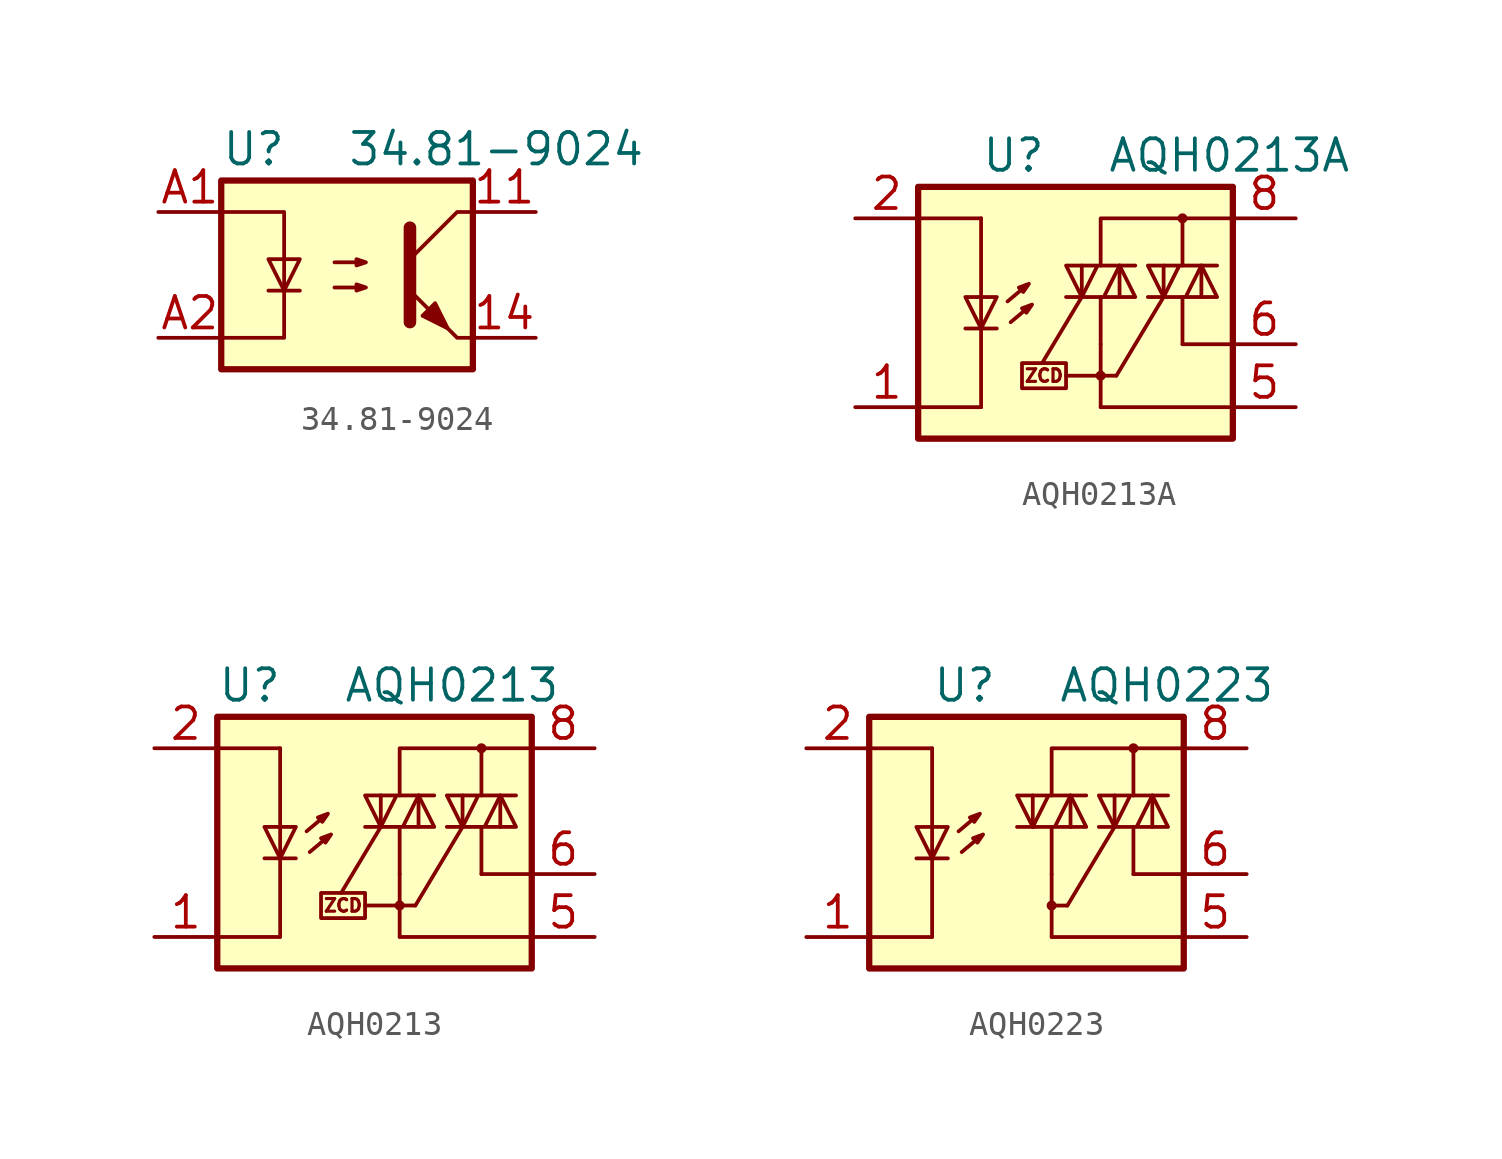
<source format=kicad_sym>
(kicad_symbol_lib
  (version 20241209)
  (generator "kicad_symbol_editor")
  (generator_version "9.0")
  (symbol "34.81-9024"
    (property "Reference" "U"
      (at -5.08 5.08 0)
      (effects (font (size 1.27 1.27)) (justify left)))
    (property "Value" "34.81-9024"
      (at 0 5.08 0)
      (effects (font (size 1.27 1.27)) (justify left)))
    (symbol "34.81-9024_0_1"
      (rectangle (start -5.08 3.81) (end 5.08 -3.81) (stroke (width 0.254) (type default)) (fill (type background)))
      (polyline (pts (xy -5.08 2.54) (xy -2.54 2.54) (xy -2.54 -2.54) (xy -5.08 -2.54)) (stroke (width 0) (type default)) (fill (type none)))
      (polyline (pts (xy -3.175 -0.635) (xy -1.905 -0.635)) (stroke (width 0) (type default)) (fill (type none)))
      (polyline (pts (xy -2.54 -0.635) (xy -3.175 0.635) (xy -1.905 0.635) (xy -2.54 -0.635)) (stroke (width 0) (type default)) (fill (type none)))
      (polyline (pts (xy -0.508 0.508) (xy 0.762 0.508) (xy 0.381 0.381) (xy 0.381 0.635) (xy 0.762 0.508)) (stroke (width 0) (type default)) (fill (type none)))
      (polyline (pts (xy -0.508 -0.508) (xy 0.762 -0.508) (xy 0.381 -0.635) (xy 0.381 -0.381) (xy 0.762 -0.508)) (stroke (width 0) (type default)) (fill (type none)))
      (polyline (pts (xy 2.54 1.905) (xy 2.54 -1.905) (xy 2.54 -1.905)) (stroke (width 0.508) (type default)) (fill (type none)))
      (polyline (pts (xy 3.048 -1.651) (xy 3.556 -1.143) (xy 4.064 -2.159) (xy 3.048 -1.651) (xy 3.048 -1.651)) (stroke (width 0) (type default)) (fill (type outline)))
      (polyline (pts (xy 5.08 2.54) (xy 4.445 2.54) (xy 2.54 0.635) (xy 2.54 -0.635) (xy 4.445 -2.54) (xy 5.08 -2.54)) (stroke (width 0) (type default)) (fill (type none))))
    (symbol "34.81-9024_1_1"
      (pin passive line (at -7.62 2.54 0) (length 2.54) (name "~" (effects (font (size 1.27 1.27)))) (number "A1" (effects (font (size 1.27 1.27)))))
      (pin passive line (at -7.62 -2.54 0) (length 2.54) (name "~" (effects (font (size 1.27 1.27)))) (number "A2" (effects (font (size 1.27 1.27)))))
      (pin passive line (at 7.62 2.54 180) (length 2.54) (name "~" (effects (font (size 1.27 1.27)))) (number "11" (effects (font (size 1.27 1.27)))))
      (pin passive line (at 7.62 -2.54 180) (length 2.54) (name "~" (effects (font (size 1.27 1.27)))) (number "14" (effects (font (size 1.27 1.27)))))))
  (symbol "AQH0213A"
    (property "Reference" "U"
      (at -5.08 5.08 0)
      (effects (font (size 1.27 1.27)) (justify left)))
    (property "Value" "AQH0213A"
      (at 0 5.08 0)
      (effects (font (size 1.27 1.27)) (justify left)))
    (symbol "AQH0213A_0_1"
      (polyline (pts (xy 3.048 -0.635) (xy 3.048 -2.54)) (stroke (width 0) (type default)) (fill (type none)))
      (polyline (pts (xy 3.048 -2.54) (xy 5.08 -2.54)) (stroke (width 0) (type default)) (fill (type none))))
    (symbol "AQH0213A_1_1"
      (rectangle (start -7.62 3.81) (end 5.08 -6.35) (stroke (width 0.254) (type default)) (fill (type background)))
      (polyline (pts (xy -5.715 -1.905) (xy -4.445 -1.905)) (stroke (width 0) (type default)) (fill (type none)))
      (polyline (pts (xy -5.08 2.54) (xy -7.493 2.54)) (stroke (width 0) (type default)) (fill (type none)))
      (polyline (pts (xy -5.08 -0.635) (xy -5.08 2.54)) (stroke (width 0) (type default)) (fill (type none)))
      (polyline (pts (xy -5.08 -0.635) (xy -5.08 -1.905)) (stroke (width 0) (type default)) (fill (type none)))
      (polyline (pts (xy -5.08 -1.905) (xy -5.08 -5.08)) (stroke (width 0) (type default)) (fill (type none)))
      (polyline (pts (xy -5.08 -1.905) (xy -5.715 -0.635) (xy -4.445 -0.635) (xy -5.08 -1.905)) (stroke (width 0) (type default)) (fill (type none)))
      (polyline (pts (xy -5.08 -5.08) (xy -7.62 -5.08)) (stroke (width 0) (type default)) (fill (type none)))
      (polyline (pts (xy -3.556 -0.254) (xy -3.378 -0.432) (xy -3.15 -0.102) (xy -3.556 -0.254)) (stroke (width 0) (type default)) (fill (type none)))
      (polyline (pts (xy -3.429 -1.092) (xy -3.251 -1.27) (xy -3.023 -0.94) (xy -3.429 -1.092)) (stroke (width 0) (type default)) (fill (type none)))
      (rectangle (start -3.429 -3.302) (end -1.651 -4.318) (stroke (width 0) (type default)) (fill (type none)))
      (polyline (pts (xy -3.378 -0.279) (xy -4.013 -0.813)) (stroke (width 0) (type default)) (fill (type none)))
      (polyline (pts (xy -3.251 -1.118) (xy -3.886 -1.651)) (stroke (width 0) (type default)) (fill (type none)))
      (polyline (pts (xy -1.651 -0.635) (xy 1.143 -0.635) (xy 0.508 0.635) (xy -0.127 -0.635)) (stroke (width 0) (type default)) (fill (type none)))
      (polyline (pts (xy -1.651 -3.81) (xy -0.254 -3.81)) (stroke (width 0) (type default)) (fill (type none)))
      (polyline (pts (xy -1.016 -0.635) (xy -2.616 -3.302)) (stroke (width 0) (type default)) (fill (type none)))
      (polyline (pts (xy -1.016 -0.635) (xy -1.016 0.635)) (stroke (width 0) (type default)) (fill (type none)))
      (polyline (pts (xy -0.254 -2.54) (xy -0.254 -0.635)) (stroke (width 0) (type default)) (fill (type none)))
      (polyline (pts (xy -0.254 -2.54) (xy -0.254 -5.08)) (stroke (width 0) (type default)) (fill (type none)))
      (circle (center -0.254 -3.81) (radius 0.127) (stroke (width 0) (type default)) (fill (type none)))
      (polyline (pts (xy -0.254 -3.81) (xy 0.381 -3.81)) (stroke (width 0) (type default)) (fill (type none)))
      (polyline (pts (xy 0.381 -3.81) (xy 2.286 -0.635)) (stroke (width 0) (type default)) (fill (type none)))
      (polyline (pts (xy 0.508 0.635) (xy 0.508 -0.635)) (stroke (width 0) (type default)) (fill (type none)))
      (polyline (pts (xy 1.143 0.635) (xy -1.651 0.635) (xy -1.016 -0.635) (xy -0.381 0.635)) (stroke (width 0) (type default)) (fill (type none)))
      (polyline (pts (xy 1.651 -0.635) (xy 4.445 -0.635) (xy 3.81 0.635) (xy 3.175 -0.635)) (stroke (width 0) (type default)) (fill (type none)))
      (polyline (pts (xy 2.286 -0.635) (xy 2.286 0.635)) (stroke (width 0) (type default)) (fill (type none)))
      (polyline (pts (xy 3.048 2.54) (xy 3.048 0.635)) (stroke (width 0) (type default)) (fill (type none)))
      (polyline (pts (xy 3.048 2.54) (xy -0.254 2.54) (xy -0.254 0.635)) (stroke (width 0) (type default)) (fill (type none)))
      (circle (center 3.048 2.54) (radius 0.127) (stroke (width 0) (type default)) (fill (type none)))
      (polyline (pts (xy 3.81 0.635) (xy 3.81 -0.635)) (stroke (width 0) (type default)) (fill (type none)))
      (polyline (pts (xy 4.445 0.635) (xy 1.651 0.635) (xy 2.286 -0.635) (xy 2.921 0.635)) (stroke (width 0) (type default)) (fill (type none)))
      (polyline (pts (xy 5.08 2.54) (xy 3.048 2.54)) (stroke (width 0) (type default)) (fill (type none)))
      (polyline (pts (xy 5.08 -5.08) (xy -0.254 -5.08)) (stroke (width 0) (type default)) (fill (type none)))
      (text "ZCD" (at -2.54 -3.81 0) (effects (font (size 0.508 0.508))))
      (pin passive line (at -10.16 2.54 0) (length 2.54) (name "~" (effects (font (size 1.27 1.27)))) (number "2" (effects (font (size 1.27 1.27)))))
      (pin passive line (at -10.16 -5.08 0) (length 2.54) (name "~" (effects (font (size 1.27 1.27)))) (number "1" (effects (font (size 1.27 1.27)))))
      (pin passive line (at -10.16 -5.08 0) (length 2.54) (hide yes) (name "~" (effects (font (size 1.27 1.27)))) (number "3" (effects (font (size 1.27 1.27)))))
      (pin passive line (at -10.16 -5.08 0) (length 2.54) (hide yes) (name "~" (effects (font (size 1.27 1.27)))) (number "4" (effects (font (size 1.27 1.27)))))
      (pin passive line (at 7.62 2.54 180) (length 2.54) (name "~" (effects (font (size 1.27 1.27)))) (number "8" (effects (font (size 1.27 1.27)))))
      (pin passive line (at 7.62 -2.54 180) (length 2.54) (name "~" (effects (font (size 1.27 1.27)))) (number "6" (effects (font (size 1.27 1.27)))))
      (pin passive line (at 7.62 -5.08 180) (length 2.54) (name "~" (effects (font (size 1.27 1.27)))) (number "5" (effects (font (size 1.27 1.27)))))))
  (symbol "AQH0213"
    (property "Reference" "U"
      (at -7.62 5.08 0)
      (effects (font (size 1.27 1.27)) (justify left)))
    (property "Value" "AQH0213"
      (at -2.54 5.08 0)
      (effects (font (size 1.27 1.27)) (justify left)))
    (symbol "AQH0213_0_0"
      (rectangle (start -3.429 -3.302) (end -1.651 -4.318) (stroke (width 0) (type default)) (fill (type none)))
      (text "ZCD" (at -2.54 -3.81 0) (effects (font (size 0.508 0.508)))))
    (symbol "AQH0213_0_1"
      (rectangle (start -7.62 3.81) (end 5.08 -6.35) (stroke (width 0.254) (type default)) (fill (type background)))
      (polyline (pts (xy -5.715 -1.905) (xy -4.445 -1.905)) (stroke (width 0) (type default)) (fill (type none)))
      (polyline (pts (xy -5.08 2.54) (xy -7.493 2.54)) (stroke (width 0) (type default)) (fill (type none)))
      (polyline (pts (xy -5.08 -0.635) (xy -5.08 2.54)) (stroke (width 0) (type default)) (fill (type none)))
      (polyline (pts (xy -5.08 -0.635) (xy -5.08 -1.905)) (stroke (width 0) (type default)) (fill (type none)))
      (polyline (pts (xy -5.08 -1.905) (xy -5.08 -5.08)) (stroke (width 0) (type default)) (fill (type none)))
      (polyline (pts (xy -5.08 -1.905) (xy -5.715 -0.635) (xy -4.445 -0.635) (xy -5.08 -1.905)) (stroke (width 0) (type default)) (fill (type none)))
      (polyline (pts (xy -5.08 -5.08) (xy -7.62 -5.08)) (stroke (width 0) (type default)) (fill (type none)))
      (polyline (pts (xy -3.429 -1.092) (xy -3.251 -1.27) (xy -3.023 -0.94) (xy -3.429 -1.092)) (stroke (width 0) (type default)) (fill (type none)))
      (polyline (pts (xy -3.251 -1.118) (xy -3.886 -1.651)) (stroke (width 0) (type default)) (fill (type none)))
      (polyline (pts (xy -1.651 -0.635) (xy 1.143 -0.635) (xy 0.508 0.635) (xy -0.127 -0.635)) (stroke (width 0) (type default)) (fill (type none)))
      (polyline (pts (xy -1.651 -3.81) (xy -0.254 -3.81)) (stroke (width 0) (type default)) (fill (type none)))
      (polyline (pts (xy -1.016 -0.635) (xy -2.616 -3.302)) (stroke (width 0) (type default)) (fill (type none)))
      (polyline (pts (xy -1.016 -0.635) (xy -1.016 0.635)) (stroke (width 0) (type default)) (fill (type none)))
      (polyline (pts (xy -0.254 -2.54) (xy -0.254 -0.635)) (stroke (width 0) (type default)) (fill (type none)))
      (polyline (pts (xy -0.254 -2.54) (xy -0.254 -5.08)) (stroke (width 0) (type default)) (fill (type none)))
      (polyline (pts (xy -0.254 -3.81) (xy 0.381 -3.81)) (stroke (width 0) (type default)) (fill (type none)))
      (polyline (pts (xy 0.381 -3.81) (xy 2.286 -0.635)) (stroke (width 0) (type default)) (fill (type none)))
      (polyline (pts (xy 0.508 0.635) (xy 0.508 -0.635)) (stroke (width 0) (type default)) (fill (type none)))
      (polyline (pts (xy 1.143 0.635) (xy -1.651 0.635) (xy -1.016 -0.635) (xy -0.381 0.635)) (stroke (width 0) (type default)) (fill (type none)))
      (polyline (pts (xy 3.048 2.54) (xy 3.048 0.635)) (stroke (width 0) (type default)) (fill (type none)))
      (polyline (pts (xy 3.048 2.54) (xy -0.254 2.54) (xy -0.254 0.635)) (stroke (width 0) (type default)) (fill (type none)))
      (polyline (pts (xy 3.048 -0.635) (xy 3.048 -2.54)) (stroke (width 0) (type default)) (fill (type none)))
      (polyline (pts (xy 3.048 -2.54) (xy 5.08 -2.54)) (stroke (width 0) (type default)) (fill (type none)))
      (polyline (pts (xy 5.08 2.54) (xy 3.048 2.54)) (stroke (width 0) (type default)) (fill (type none)))
      (polyline (pts (xy 5.08 -5.08) (xy -0.254 -5.08)) (stroke (width 0) (type default)) (fill (type none))))
    (symbol "AQH0213_1_1"
      (polyline (pts (xy -3.556 -0.254) (xy -3.378 -0.432) (xy -3.15 -0.102) (xy -3.556 -0.254)) (stroke (width 0) (type default)) (fill (type none)))
      (polyline (pts (xy -3.378 -0.279) (xy -4.013 -0.813)) (stroke (width 0) (type default)) (fill (type none)))
      (circle (center -0.254 -3.81) (radius 0.127) (stroke (width 0) (type default)) (fill (type none)))
      (polyline (pts (xy 1.651 -0.635) (xy 4.445 -0.635) (xy 3.81 0.635) (xy 3.175 -0.635)) (stroke (width 0) (type default)) (fill (type none)))
      (polyline (pts (xy 2.286 -0.635) (xy 2.286 0.635)) (stroke (width 0) (type default)) (fill (type none)))
      (circle (center 3.048 2.54) (radius 0.127) (stroke (width 0) (type default)) (fill (type none)))
      (polyline (pts (xy 3.81 0.635) (xy 3.81 -0.635)) (stroke (width 0) (type default)) (fill (type none)))
      (polyline (pts (xy 4.445 0.635) (xy 1.651 0.635) (xy 2.286 -0.635) (xy 2.921 0.635)) (stroke (width 0) (type default)) (fill (type none)))
      (pin passive line (at -10.16 2.54 0) (length 2.54) (name "~" (effects (font (size 1.27 1.27)))) (number "2" (effects (font (size 1.27 1.27)))))
      (pin passive line (at -10.16 -5.08 0) (length 2.54) (name "~" (effects (font (size 1.27 1.27)))) (number "1" (effects (font (size 1.27 1.27)))))
      (pin passive line (at -10.16 -5.08 0) (length 2.54) (hide yes) (name "~" (effects (font (size 1.27 1.27)))) (number "3" (effects (font (size 1.27 1.27)))))
      (pin passive line (at -10.16 -5.08 0) (length 2.54) (hide yes) (name "~" (effects (font (size 1.27 1.27)))) (number "4" (effects (font (size 1.27 1.27)))))
      (pin passive line (at 7.62 2.54 180) (length 2.54) (name "~" (effects (font (size 1.27 1.27)))) (number "8" (effects (font (size 1.27 1.27)))))
      (pin passive line (at 7.62 -2.54 180) (length 2.54) (name "~" (effects (font (size 1.27 1.27)))) (number "6" (effects (font (size 1.27 1.27)))))
      (pin passive line (at 7.62 -5.08 180) (length 2.54) (name "~" (effects (font (size 1.27 1.27)))) (number "5" (effects (font (size 1.27 1.27)))))))
  (symbol "AQH0223"
    (property "Reference" "U"
      (at -5.08 5.08 0)
      (effects (font (size 1.27 1.27)) (justify left)))
    (property "Value" "AQH0223"
      (at 0 5.08 0)
      (effects (font (size 1.27 1.27)) (justify left)))
    (symbol "AQH0223_0_1"
      (polyline (pts (xy 3.048 -0.635) (xy 3.048 -2.54)) (stroke (width 0) (type default)) (fill (type none)))
      (polyline (pts (xy 3.048 -2.54) (xy 5.08 -2.54)) (stroke (width 0) (type default)) (fill (type none))))
    (symbol "AQH0223_1_1"
      (rectangle (start -7.62 3.81) (end 5.08 -6.35) (stroke (width 0.254) (type default)) (fill (type background)))
      (polyline (pts (xy -5.715 -1.905) (xy -4.445 -1.905)) (stroke (width 0) (type default)) (fill (type none)))
      (polyline (pts (xy -5.08 2.54) (xy -7.493 2.54)) (stroke (width 0) (type default)) (fill (type none)))
      (polyline (pts (xy -5.08 -0.635) (xy -5.08 2.54)) (stroke (width 0) (type default)) (fill (type none)))
      (polyline (pts (xy -5.08 -0.635) (xy -5.08 -1.905)) (stroke (width 0) (type default)) (fill (type none)))
      (polyline (pts (xy -5.08 -1.905) (xy -5.08 -5.08)) (stroke (width 0) (type default)) (fill (type none)))
      (polyline (pts (xy -5.08 -1.905) (xy -5.715 -0.635) (xy -4.445 -0.635) (xy -5.08 -1.905)) (stroke (width 0) (type default)) (fill (type none)))
      (polyline (pts (xy -5.08 -5.08) (xy -7.62 -5.08)) (stroke (width 0) (type default)) (fill (type none)))
      (polyline (pts (xy -3.556 -0.254) (xy -3.378 -0.432) (xy -3.15 -0.102) (xy -3.556 -0.254)) (stroke (width 0) (type default)) (fill (type none)))
      (polyline (pts (xy -3.429 -1.092) (xy -3.251 -1.27) (xy -3.023 -0.94) (xy -3.429 -1.092)) (stroke (width 0) (type default)) (fill (type none)))
      (polyline (pts (xy -3.378 -0.279) (xy -4.013 -0.813)) (stroke (width 0) (type default)) (fill (type none)))
      (polyline (pts (xy -3.251 -1.118) (xy -3.886 -1.651)) (stroke (width 0) (type default)) (fill (type none)))
      (polyline (pts (xy -1.651 -0.635) (xy 1.143 -0.635) (xy 0.508 0.635) (xy -0.127 -0.635)) (stroke (width 0) (type default)) (fill (type none)))
      (polyline (pts (xy -1.016 -0.635) (xy -1.016 0.635)) (stroke (width 0) (type default)) (fill (type none)))
      (polyline (pts (xy -0.254 -2.54) (xy -0.254 -0.635)) (stroke (width 0) (type default)) (fill (type none)))
      (polyline (pts (xy -0.254 -2.54) (xy -0.254 -5.08)) (stroke (width 0) (type default)) (fill (type none)))
      (circle (center -0.254 -3.81) (radius 0.127) (stroke (width 0) (type default)) (fill (type none)))
      (polyline (pts (xy -0.254 -3.81) (xy 0.381 -3.81)) (stroke (width 0) (type default)) (fill (type none)))
      (polyline (pts (xy 0.381 -3.81) (xy 2.286 -0.635)) (stroke (width 0) (type default)) (fill (type none)))
      (polyline (pts (xy 0.508 0.635) (xy 0.508 -0.635)) (stroke (width 0) (type default)) (fill (type none)))
      (polyline (pts (xy 1.143 0.635) (xy -1.651 0.635) (xy -1.016 -0.635) (xy -0.381 0.635)) (stroke (width 0) (type default)) (fill (type none)))
      (polyline (pts (xy 1.651 -0.635) (xy 4.445 -0.635) (xy 3.81 0.635) (xy 3.175 -0.635)) (stroke (width 0) (type default)) (fill (type none)))
      (polyline (pts (xy 2.286 -0.635) (xy 2.286 0.635)) (stroke (width 0) (type default)) (fill (type none)))
      (polyline (pts (xy 3.048 2.54) (xy 3.048 0.635)) (stroke (width 0) (type default)) (fill (type none)))
      (polyline (pts (xy 3.048 2.54) (xy -0.254 2.54) (xy -0.254 0.635)) (stroke (width 0) (type default)) (fill (type none)))
      (circle (center 3.048 2.54) (radius 0.127) (stroke (width 0) (type default)) (fill (type none)))
      (polyline (pts (xy 3.81 0.635) (xy 3.81 -0.635)) (stroke (width 0) (type default)) (fill (type none)))
      (polyline (pts (xy 4.445 0.635) (xy 1.651 0.635) (xy 2.286 -0.635) (xy 2.921 0.635)) (stroke (width 0) (type default)) (fill (type none)))
      (polyline (pts (xy 5.08 2.54) (xy 3.048 2.54)) (stroke (width 0) (type default)) (fill (type none)))
      (polyline (pts (xy 5.08 -5.08) (xy -0.254 -5.08)) (stroke (width 0) (type default)) (fill (type none)))
      (pin passive line (at -10.16 2.54 0) (length 2.54) (name "~" (effects (font (size 1.27 1.27)))) (number "2" (effects (font (size 1.27 1.27)))))
      (pin passive line (at -10.16 -5.08 0) (length 2.54) (name "~" (effects (font (size 1.27 1.27)))) (number "1" (effects (font (size 1.27 1.27)))))
      (pin passive line (at -10.16 -5.08 0) (length 2.54) (hide yes) (name "~" (effects (font (size 1.27 1.27)))) (number "3" (effects (font (size 1.27 1.27)))))
      (pin passive line (at -10.16 -5.08 0) (length 2.54) (hide yes) (name "~" (effects (font (size 1.27 1.27)))) (number "4" (effects (font (size 1.27 1.27)))))
      (pin passive line (at 7.62 2.54 180) (length 2.54) (name "~" (effects (font (size 1.27 1.27)))) (number "8" (effects (font (size 1.27 1.27)))))
      (pin passive line (at 7.62 -2.54 180) (length 2.54) (name "~" (effects (font (size 1.27 1.27)))) (number "6" (effects (font (size 1.27 1.27)))))
      (pin passive line (at 7.62 -5.08 180) (length 2.54) (name "~" (effects (font (size 1.27 1.27)))) (number "5" (effects (font (size 1.27 1.27))))))))
</source>
